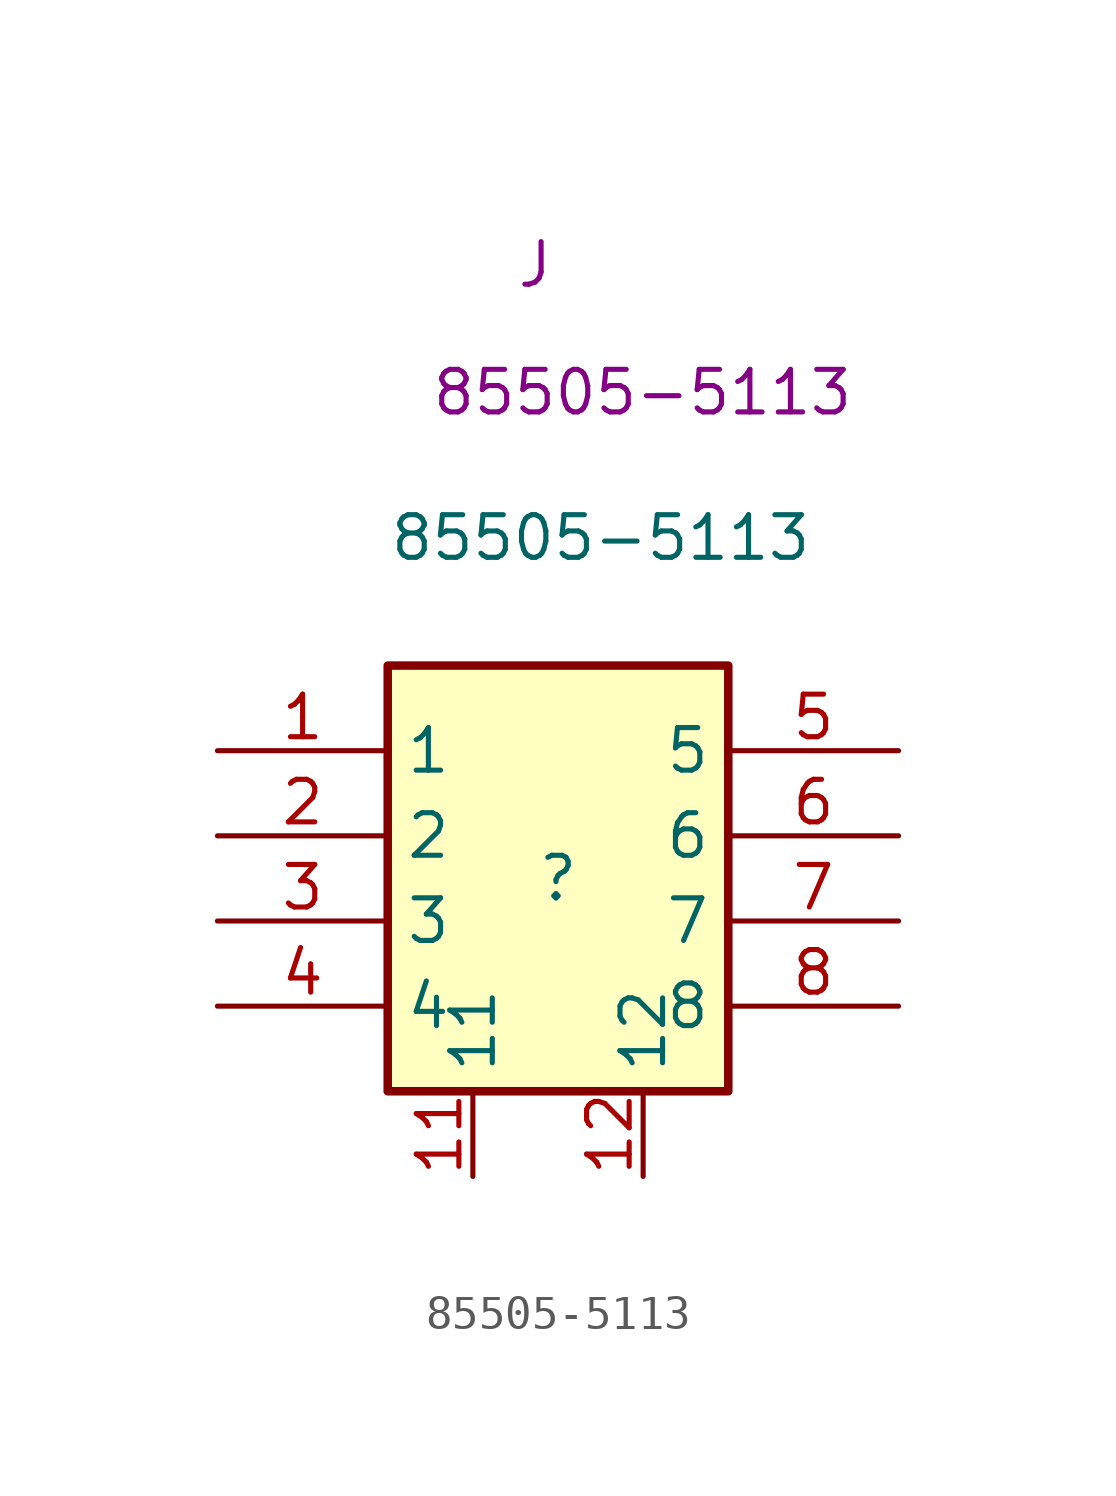
<source format=kicad_sym>
(kicad_symbol_lib
  (version 20211014)
  (generator kicad_symbol_editor)
  (symbol "85505-5113"
    (property "Reference" ""
      (at 0 0 0)
      (effects (font (size 1.27 1.27))))
    (property "Value" "85505-5113"
      (at 1.27 10.16 0)
      (effects (font (size 1.27 1.27))))
    (property "Reference_1" "J"
      (at -1.27 19.05 0)
      (effects (font (size 1.27 1.27)) (justify left top)))
    (property "Value_1" "85505-5113"
      (at -3.81 15.24 0)
      (effects (font (size 1.27 1.27)) (justify left top)))
    (symbol "85505-5113_1_1"
      (rectangle (start -5.08 6.35) (end 5.08 -6.35) (stroke (width 0.254) (type default) (color 0 0 0 0)) (fill (type background)))
      (pin passive line (at -10.16 3.81 0) (length 5.08) (name "1" (effects (font (size 1.27 1.27)))) (number "1" (effects (font (size 1.27 1.27)))))
      (pin power_in line (at -2.54 -8.89 90) (length 2.54) (name "11" (effects (font (size 1.27 1.27)))) (number "11" (effects (font (size 1.27 1.27)))))
      (pin power_in line (at 2.54 -8.89 90) (length 2.54) (name "12" (effects (font (size 1.27 1.27)))) (number "12" (effects (font (size 1.27 1.27)))))
      (pin passive line (at -10.16 1.27 0) (length 5.08) (name "2" (effects (font (size 1.27 1.27)))) (number "2" (effects (font (size 1.27 1.27)))))
      (pin passive line (at -10.16 -1.27 0) (length 5.08) (name "3" (effects (font (size 1.27 1.27)))) (number "3" (effects (font (size 1.27 1.27)))))
      (pin passive line (at -10.16 -3.81 0) (length 5.08) (name "4" (effects (font (size 1.27 1.27)))) (number "4" (effects (font (size 1.27 1.27)))))
      (pin passive line (at 10.16 3.81 180) (length 5.08) (name "5" (effects (font (size 1.27 1.27)))) (number "5" (effects (font (size 1.27 1.27)))))
      (pin passive line (at 10.16 1.27 180) (length 5.08) (name "6" (effects (font (size 1.27 1.27)))) (number "6" (effects (font (size 1.27 1.27)))))
      (pin passive line (at 10.16 -1.27 180) (length 5.08) (name "7" (effects (font (size 1.27 1.27)))) (number "7" (effects (font (size 1.27 1.27)))))
      (pin passive line (at 10.16 -3.81 180) (length 5.08) (name "8" (effects (font (size 1.27 1.27)))) (number "8" (effects (font (size 1.27 1.27))))))))
</source>
